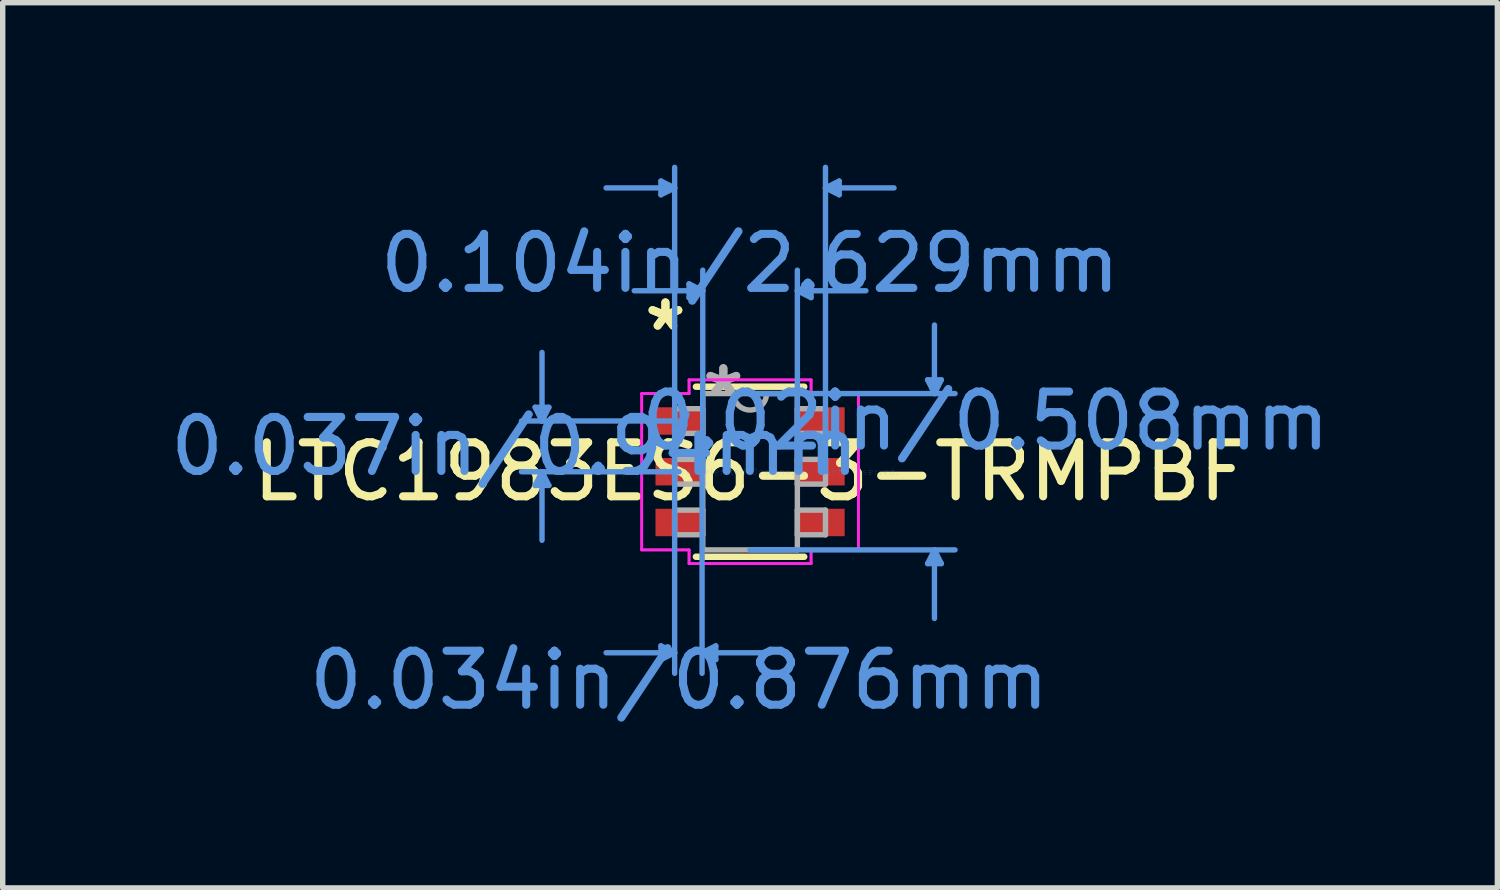
<source format=kicad_pcb>
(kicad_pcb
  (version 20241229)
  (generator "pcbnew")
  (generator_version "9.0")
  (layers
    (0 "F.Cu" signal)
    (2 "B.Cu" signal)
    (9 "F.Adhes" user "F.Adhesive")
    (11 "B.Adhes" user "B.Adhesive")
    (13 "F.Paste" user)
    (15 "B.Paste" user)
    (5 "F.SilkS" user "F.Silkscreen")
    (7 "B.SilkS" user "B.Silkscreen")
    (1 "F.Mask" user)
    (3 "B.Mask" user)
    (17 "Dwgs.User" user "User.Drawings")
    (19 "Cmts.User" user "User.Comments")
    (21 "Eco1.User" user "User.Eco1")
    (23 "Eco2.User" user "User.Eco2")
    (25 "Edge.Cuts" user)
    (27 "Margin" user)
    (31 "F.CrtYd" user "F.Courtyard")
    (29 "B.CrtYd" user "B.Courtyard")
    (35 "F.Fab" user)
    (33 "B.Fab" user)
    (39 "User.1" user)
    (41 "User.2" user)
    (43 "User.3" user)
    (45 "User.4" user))
  (footprint "LTC1983ES6-3-TRMPBF"
    (layer "F.Cu")
    (at 10.845 5.689)
    (property "Reference" "LTC1983ES6-3-TRMPBF" (at 0 0 0) (layer "F.SilkS") (effects (font (size 1 1) (thickness 0.15))))
    (attr through_hole)
    (fp_line (start -1.003 1.575) (end 1.003 1.575) (stroke (width 0.12) (type solid)) (layer "F.SilkS"))
    (fp_line (start 1.003 -1.575) (end -1.003 -1.575) (stroke (width 0.12) (type solid)) (layer "F.SilkS"))
    (fp_line (start -3.981 -1.194) (end -3.727 -1.194) (stroke (width 0.1) (type solid)) (layer "Cmts.User"))
    (fp_line (start -3.981 0.254) (end -3.727 0.254) (stroke (width 0.1) (type solid)) (layer "Cmts.User"))
    (fp_line (start -3.854 -0.94) (end -3.981 -1.194) (stroke (width 0.1) (type solid)) (layer "Cmts.User"))
    (fp_line (start -3.854 -0.94) (end -3.854 -2.21) (stroke (width 0.1) (type solid)) (layer "Cmts.User"))
    (fp_line (start -3.854 -0.94) (end -3.727 -1.194) (stroke (width 0.1) (type solid)) (layer "Cmts.User"))
    (fp_line (start -3.854 0) (end -3.981 0.254) (stroke (width 0.1) (type solid)) (layer "Cmts.User"))
    (fp_line (start -3.854 0) (end -3.854 1.27) (stroke (width 0.1) (type solid)) (layer "Cmts.User"))
    (fp_line (start -3.854 0) (end -3.727 0.254) (stroke (width 0.1) (type solid)) (layer "Cmts.User"))
    (fp_line (start -1.651 -5.385) (end -1.651 -5.131) (stroke (width 0.1) (type solid)) (layer "Cmts.User"))
    (fp_line (start -1.651 3.226) (end -1.651 3.48) (stroke (width 0.1) (type solid)) (layer "Cmts.User"))
    (fp_line (start -1.397 -5.258) (end -2.667 -5.258) (stroke (width 0.1) (type solid)) (layer "Cmts.User"))
    (fp_line (start -1.397 -5.258) (end -1.651 -5.385) (stroke (width 0.1) (type solid)) (layer "Cmts.User"))
    (fp_line (start -1.397 -5.258) (end -1.651 -5.131) (stroke (width 0.1) (type solid)) (layer "Cmts.User"))
    (fp_line (start -1.397 0) (end -1.397 -5.639) (stroke (width 0.1) (type solid)) (layer "Cmts.User"))
    (fp_line (start -1.397 0) (end -1.397 3.734) (stroke (width 0.1) (type solid)) (layer "Cmts.User"))
    (fp_line (start -1.397 3.353) (end -2.667 3.353) (stroke (width 0.1) (type solid)) (layer "Cmts.User"))
    (fp_line (start -1.397 3.353) (end -1.651 3.226) (stroke (width 0.1) (type solid)) (layer "Cmts.User"))
    (fp_line (start -1.397 3.353) (end -1.651 3.48) (stroke (width 0.1) (type solid)) (layer "Cmts.User"))
    (fp_line (start -1.314 -0.94) (end -4.235 -0.94) (stroke (width 0.1) (type solid)) (layer "Cmts.User"))
    (fp_line (start -1.314 0) (end -4.235 0) (stroke (width 0.1) (type solid)) (layer "Cmts.User"))
    (fp_line (start -1.13 -3.48) (end -1.13 -3.226) (stroke (width 0.1) (type solid)) (layer "Cmts.User"))
    (fp_line (start -0.889 0) (end -0.889 3.734) (stroke (width 0.1) (type solid)) (layer "Cmts.User"))
    (fp_line (start -0.889 3.353) (end -0.635 3.226) (stroke (width 0.1) (type solid)) (layer "Cmts.User"))
    (fp_line (start -0.889 3.353) (end -0.635 3.48) (stroke (width 0.1) (type solid)) (layer "Cmts.User"))
    (fp_line (start -0.889 3.353) (end 0.381 3.353) (stroke (width 0.1) (type solid)) (layer "Cmts.User"))
    (fp_line (start -0.876 -3.353) (end -2.146 -3.353) (stroke (width 0.1) (type solid)) (layer "Cmts.User"))
    (fp_line (start -0.876 -3.353) (end -1.13 -3.48) (stroke (width 0.1) (type solid)) (layer "Cmts.User"))
    (fp_line (start -0.876 -3.353) (end -1.13 -3.226) (stroke (width 0.1) (type solid)) (layer "Cmts.User"))
    (fp_line (start -0.876 0) (end -0.876 -3.734) (stroke (width 0.1) (type solid)) (layer "Cmts.User"))
    (fp_line (start -0.635 3.226) (end -0.635 3.48) (stroke (width 0.1) (type solid)) (layer "Cmts.User"))
    (fp_line (start 0 -1.448) (end 3.797 -1.448) (stroke (width 0.1) (type solid)) (layer "Cmts.User"))
    (fp_line (start 0 1.448) (end 3.797 1.448) (stroke (width 0.1) (type solid)) (layer "Cmts.User"))
    (fp_line (start 0.876 -3.353) (end 1.13 -3.48) (stroke (width 0.1) (type solid)) (layer "Cmts.User"))
    (fp_line (start 0.876 -3.353) (end 1.13 -3.226) (stroke (width 0.1) (type solid)) (layer "Cmts.User"))
    (fp_line (start 0.876 -3.353) (end 2.146 -3.353) (stroke (width 0.1) (type solid)) (layer "Cmts.User"))
    (fp_line (start 0.876 0) (end 0.876 -3.734) (stroke (width 0.1) (type solid)) (layer "Cmts.User"))
    (fp_line (start 1.13 -3.48) (end 1.13 -3.226) (stroke (width 0.1) (type solid)) (layer "Cmts.User"))
    (fp_line (start 1.397 -5.258) (end 1.651 -5.385) (stroke (width 0.1) (type solid)) (layer "Cmts.User"))
    (fp_line (start 1.397 -5.258) (end 1.651 -5.131) (stroke (width 0.1) (type solid)) (layer "Cmts.User"))
    (fp_line (start 1.397 -5.258) (end 2.667 -5.258) (stroke (width 0.1) (type solid)) (layer "Cmts.User"))
    (fp_line (start 1.397 0) (end 1.397 -5.639) (stroke (width 0.1) (type solid)) (layer "Cmts.User"))
    (fp_line (start 1.651 -5.385) (end 1.651 -5.131) (stroke (width 0.1) (type solid)) (layer "Cmts.User"))
    (fp_line (start 3.289 -1.702) (end 3.543 -1.702) (stroke (width 0.1) (type solid)) (layer "Cmts.User"))
    (fp_line (start 3.289 1.702) (end 3.543 1.702) (stroke (width 0.1) (type solid)) (layer "Cmts.User"))
    (fp_line (start 3.416 -1.448) (end 3.289 -1.702) (stroke (width 0.1) (type solid)) (layer "Cmts.User"))
    (fp_line (start 3.416 -1.448) (end 3.416 -2.718) (stroke (width 0.1) (type solid)) (layer "Cmts.User"))
    (fp_line (start 3.416 -1.448) (end 3.543 -1.702) (stroke (width 0.1) (type solid)) (layer "Cmts.User"))
    (fp_line (start 3.416 1.448) (end 3.289 1.702) (stroke (width 0.1) (type solid)) (layer "Cmts.User"))
    (fp_line (start 3.416 1.448) (end 3.416 2.718) (stroke (width 0.1) (type solid)) (layer "Cmts.User"))
    (fp_line (start 3.416 1.448) (end 3.543 1.702) (stroke (width 0.1) (type solid)) (layer "Cmts.User"))
    (fp_line (start -2.007 -1.448) (end -1.13 -1.448) (stroke (width 0.05) (type solid)) (layer "F.CrtYd"))
    (fp_line (start -2.007 -1.448) (end -1.13 -1.448) (stroke (width 0.05) (type solid)) (layer "F.CrtYd"))
    (fp_line (start -2.007 1.448) (end -2.007 -1.448) (stroke (width 0.05) (type solid)) (layer "F.CrtYd"))
    (fp_line (start -2.007 1.448) (end -2.007 -1.448) (stroke (width 0.05) (type solid)) (layer "F.CrtYd"))
    (fp_line (start -2.007 1.448) (end -1.13 1.448) (stroke (width 0.05) (type solid)) (layer "F.CrtYd"))
    (fp_line (start -1.13 -1.702) (end 1.13 -1.702) (stroke (width 0.05) (type solid)) (layer "F.CrtYd"))
    (fp_line (start -1.13 -1.702) (end 1.13 -1.702) (stroke (width 0.05) (type solid)) (layer "F.CrtYd"))
    (fp_line (start -1.13 -1.448) (end -1.13 -1.702) (stroke (width 0.05) (type solid)) (layer "F.CrtYd"))
    (fp_line (start -1.13 -1.448) (end -1.13 -1.702) (stroke (width 0.05) (type solid)) (layer "F.CrtYd"))
    (fp_line (start -1.13 1.448) (end -2.007 1.448) (stroke (width 0.05) (type solid)) (layer "F.CrtYd"))
    (fp_line (start -1.13 1.702) (end -1.13 1.448) (stroke (width 0.05) (type solid)) (layer "F.CrtYd"))
    (fp_line (start -1.13 1.702) (end -1.13 1.448) (stroke (width 0.05) (type solid)) (layer "F.CrtYd"))
    (fp_line (start 1.13 -1.702) (end 1.13 -1.448) (stroke (width 0.05) (type solid)) (layer "F.CrtYd"))
    (fp_line (start 1.13 -1.702) (end 1.13 -1.448) (stroke (width 0.05) (type solid)) (layer "F.CrtYd"))
    (fp_line (start 1.13 -1.448) (end 2.007 -1.448) (stroke (width 0.05) (type solid)) (layer "F.CrtYd"))
    (fp_line (start 1.13 1.448) (end 1.13 1.702) (stroke (width 0.05) (type solid)) (layer "F.CrtYd"))
    (fp_line (start 1.13 1.448) (end 1.13 1.702) (stroke (width 0.05) (type solid)) (layer "F.CrtYd"))
    (fp_line (start 1.13 1.702) (end -1.13 1.702) (stroke (width 0.05) (type solid)) (layer "F.CrtYd"))
    (fp_line (start 1.13 1.702) (end -1.13 1.702) (stroke (width 0.05) (type solid)) (layer "F.CrtYd"))
    (fp_line (start 2.007 -1.448) (end 1.13 -1.448) (stroke (width 0.05) (type solid)) (layer "F.CrtYd"))
    (fp_line (start 2.007 -1.448) (end 2.007 1.448) (stroke (width 0.05) (type solid)) (layer "F.CrtYd"))
    (fp_line (start 2.007 -1.448) (end 2.007 1.448) (stroke (width 0.05) (type solid)) (layer "F.CrtYd"))
    (fp_line (start 2.007 1.448) (end 1.13 1.448) (stroke (width 0.05) (type solid)) (layer "F.CrtYd"))
    (fp_line (start 2.007 1.448) (end 1.13 1.448) (stroke (width 0.05) (type solid)) (layer "F.CrtYd"))
    (fp_line (start -1.397 -1.168) (end -1.397 -0.711) (stroke (width 0.1) (type solid)) (layer "F.Fab"))
    (fp_line (start -1.397 -0.711) (end -0.876 -0.711) (stroke (width 0.1) (type solid)) (layer "F.Fab"))
    (fp_line (start -1.397 -0.229) (end -1.397 0.229) (stroke (width 0.1) (type solid)) (layer "F.Fab"))
    (fp_line (start -1.397 0.229) (end -0.876 0.229) (stroke (width 0.1) (type solid)) (layer "F.Fab"))
    (fp_line (start -1.397 0.711) (end -1.397 1.168) (stroke (width 0.1) (type solid)) (layer "F.Fab"))
    (fp_line (start -1.397 1.168) (end -0.876 1.168) (stroke (width 0.1) (type solid)) (layer "F.Fab"))
    (fp_line (start -0.876 -1.448) (end -0.876 1.448) (stroke (width 0.1) (type solid)) (layer "F.Fab"))
    (fp_line (start -0.876 -1.168) (end -1.397 -1.168) (stroke (width 0.1) (type solid)) (layer "F.Fab"))
    (fp_line (start -0.876 -0.711) (end -0.876 -1.168) (stroke (width 0.1) (type solid)) (layer "F.Fab"))
    (fp_line (start -0.876 -0.229) (end -1.397 -0.229) (stroke (width 0.1) (type solid)) (layer "F.Fab"))
    (fp_line (start -0.876 0.229) (end -0.876 -0.229) (stroke (width 0.1) (type solid)) (layer "F.Fab"))
    (fp_line (start -0.876 0.711) (end -1.397 0.711) (stroke (width 0.1) (type solid)) (layer "F.Fab"))
    (fp_line (start -0.876 1.168) (end -0.876 0.711) (stroke (width 0.1) (type solid)) (layer "F.Fab"))
    (fp_line (start -0.876 1.448) (end 0.876 1.448) (stroke (width 0.1) (type solid)) (layer "F.Fab"))
    (fp_line (start 0.876 -1.448) (end -0.876 -1.448) (stroke (width 0.1) (type solid)) (layer "F.Fab"))
    (fp_line (start 0.876 -1.168) (end 0.876 -0.711) (stroke (width 0.1) (type solid)) (layer "F.Fab"))
    (fp_line (start 0.876 -0.711) (end 1.397 -0.711) (stroke (width 0.1) (type solid)) (layer "F.Fab"))
    (fp_line (start 0.876 -0.229) (end 0.876 0.229) (stroke (width 0.1) (type solid)) (layer "F.Fab"))
    (fp_line (start 0.876 0.229) (end 1.397 0.229) (stroke (width 0.1) (type solid)) (layer "F.Fab"))
    (fp_line (start 0.876 0.711) (end 0.876 1.168) (stroke (width 0.1) (type solid)) (layer "F.Fab"))
    (fp_line (start 0.876 1.168) (end 1.397 1.168) (stroke (width 0.1) (type solid)) (layer "F.Fab"))
    (fp_line (start 0.876 1.448) (end 0.876 -1.448) (stroke (width 0.1) (type solid)) (layer "F.Fab"))
    (fp_line (start 1.397 -1.168) (end 0.876 -1.168) (stroke (width 0.1) (type solid)) (layer "F.Fab"))
    (fp_line (start 1.397 -0.711) (end 1.397 -1.168) (stroke (width 0.1) (type solid)) (layer "F.Fab"))
    (fp_line (start 1.397 -0.229) (end 0.876 -0.229) (stroke (width 0.1) (type solid)) (layer "F.Fab"))
    (fp_line (start 1.397 0.229) (end 1.397 -0.229) (stroke (width 0.1) (type solid)) (layer "F.Fab"))
    (fp_line (start 1.397 0.711) (end 0.876 0.711) (stroke (width 0.1) (type solid)) (layer "F.Fab"))
    (fp_line (start 1.397 1.168) (end 1.397 0.711) (stroke (width 0.1) (type solid)) (layer "F.Fab"))
    (fp_arc (start 0.3048 -1.4478) (mid 0 -1.143) (end -0.3048 -1.4478) (stroke (width 0.1) (type solid)) (layer "F.Fab"))
    (fp_text user "*" (at -1.568 -2.591 0) (layer "F.SilkS") (effects (font (size 1 1) (thickness 0.15))))
    (fp_text user "*" (at -1.568 -2.591 0) (layer "F.SilkS") (effects (font (size 1 1) (thickness 0.15))))
    (fp_text user "0.02in/0.508mm" (at 4.362 -0.94 0) (layer "Cmts.User") (effects (font (size 1 1) (thickness 0.15))))
    (fp_text user "0.037in/0.94mm" (at -4.362 -0.47 0) (layer "Cmts.User") (effects (font (size 1 1) (thickness 0.15))))
    (fp_text user "0.104in/2.629mm" (at 0 -3.861 0) (layer "Cmts.User") (effects (font (size 1 1) (thickness 0.15))))
    (fp_text user "0.034in/0.876mm" (at -1.314 3.861 0) (layer "Cmts.User") (effects (font (size 1 1) (thickness 0.15))))
    (fp_text user "Copyright 2021 Accelerated Designs. All rights reserved." (at 0 0 0) (layer "Cmts.User") (effects (font (size 0.127 0.127) (thickness 0.002))))
    (fp_text user "*" (at -0.495 -1.372 0) (layer "F.Fab") (effects (font (size 1 1) (thickness 0.15))))
    (fp_text user "*" (at -0.495 -1.372 0) (layer "F.Fab") (effects (font (size 1 1) (thickness 0.15))))
    (pad "1" smd rect (at -1.314 -0.94) (size 0.876 0.508) (layers "F.Cu" "F.Mask" "F.Paste"))
    (pad "2" smd rect (at -1.314 0) (size 0.876 0.508) (layers "F.Cu" "F.Mask" "F.Paste"))
    (pad "3" smd rect (at -1.314 0.94) (size 0.876 0.508) (layers "F.Cu" "F.Mask" "F.Paste"))
    (pad "4" smd rect (at 1.314 0.94) (size 0.876 0.508) (layers "F.Cu" "F.Mask" "F.Paste"))
    (pad "5" smd rect (at 1.314 0) (size 0.876 0.508) (layers "F.Cu" "F.Mask" "F.Paste"))
    (pad "6" smd rect (at 1.314 -0.94) (size 0.876 0.508) (layers "F.Cu" "F.Mask" "F.Paste")))
  (gr_rect
    (start -3 -3)
    (end 24.689 13.398)
    (stroke (width 0.1) (type default))
    (fill no)
    (layer "Edge.Cuts")))
</source>
